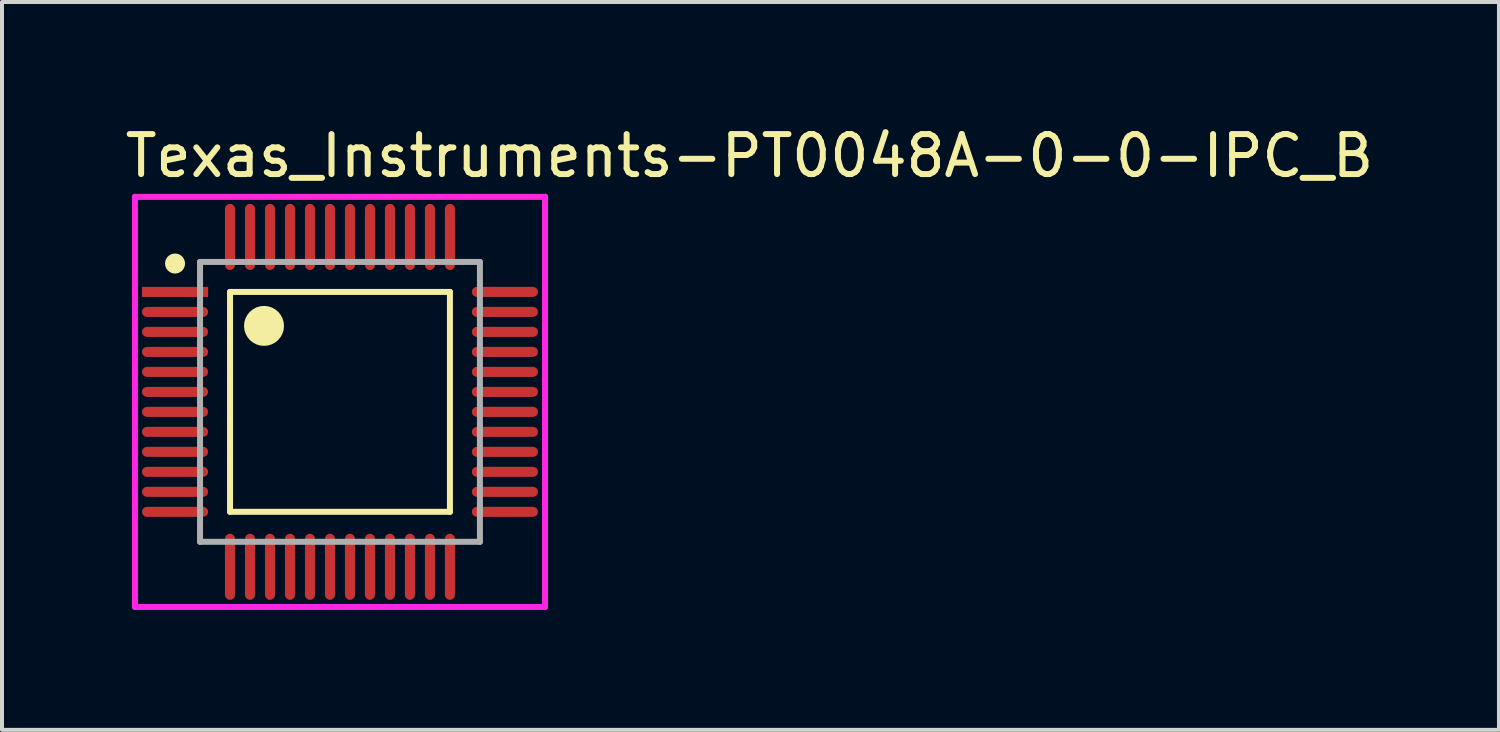
<source format=kicad_pcb>
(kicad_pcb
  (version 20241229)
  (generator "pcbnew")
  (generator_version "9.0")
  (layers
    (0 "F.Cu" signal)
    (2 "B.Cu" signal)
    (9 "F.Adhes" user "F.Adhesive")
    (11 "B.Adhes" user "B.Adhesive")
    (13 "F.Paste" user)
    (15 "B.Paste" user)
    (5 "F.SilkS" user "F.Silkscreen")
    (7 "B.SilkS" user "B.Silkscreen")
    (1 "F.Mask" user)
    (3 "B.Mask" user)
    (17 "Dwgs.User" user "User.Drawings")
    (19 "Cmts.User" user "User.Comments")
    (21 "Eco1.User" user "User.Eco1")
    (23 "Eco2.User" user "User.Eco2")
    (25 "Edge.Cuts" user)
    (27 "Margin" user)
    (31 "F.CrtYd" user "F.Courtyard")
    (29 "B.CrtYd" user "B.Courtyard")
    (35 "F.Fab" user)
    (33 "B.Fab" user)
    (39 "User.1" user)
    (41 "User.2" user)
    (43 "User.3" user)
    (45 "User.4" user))
  (footprint "Texas_Instruments-PT0048A-0-0-IPC_B"
    (layer "F.Cu")
    (at 5.453 7.001)
    (property "Reference" "Texas_Instruments-PT0048A-0-0-IPC_B" (at -5.453 -6.153 0) (layer "F.SilkS") (effects (font (size 1 1) (thickness 0.15)) (justify left)))
    (attr through_hole)
    (fp_line (start -2.75 -2.75) (end 2.75 -2.75) (stroke (width 0.15) (type solid)) (layer "F.SilkS"))
    (fp_line (start -2.75 2.75) (end -2.75 -2.75) (stroke (width 0.15) (type solid)) (layer "F.SilkS"))
    (fp_line (start 2.75 -2.75) (end 2.75 2.75) (stroke (width 0.15) (type solid)) (layer "F.SilkS"))
    (fp_line (start 2.75 2.75) (end -2.75 2.75) (stroke (width 0.15) (type solid)) (layer "F.SilkS"))
    (fp_circle (center -4.125 -3.46) (end -4 -3.46) (stroke (width 0.25) (type solid)) (fill no) (layer "F.SilkS"))
    (fp_circle (center -1.9 -1.9) (end -1.65 -1.9) (stroke (width 0.5) (type solid)) (fill no) (layer "F.SilkS"))
    (fp_line (start -5.128 -5.128) (end -5.128 5.128) (stroke (width 0.15) (type solid)) (layer "F.CrtYd"))
    (fp_line (start -5.128 5.128) (end 5.128 5.128) (stroke (width 0.15) (type solid)) (layer "F.CrtYd"))
    (fp_line (start 5.128 -5.128) (end -5.128 -5.128) (stroke (width 0.15) (type solid)) (layer "F.CrtYd"))
    (fp_line (start 5.128 -5.128) (end 5.128 -5.128) (stroke (width 0.15) (type solid)) (layer "F.CrtYd"))
    (fp_line (start 5.128 5.128) (end 5.128 -5.128) (stroke (width 0.15) (type solid)) (layer "F.CrtYd"))
    (fp_line (start -3.5 -3.5) (end 3.5 -3.5) (stroke (width 0.15) (type solid)) (layer "F.Fab"))
    (fp_line (start -3.5 3.5) (end -3.5 -3.5) (stroke (width 0.15) (type solid)) (layer "F.Fab"))
    (fp_line (start 3.5 -3.5) (end 3.5 3.5) (stroke (width 0.15) (type solid)) (layer "F.Fab"))
    (fp_line (start 3.5 3.5) (end -3.5 3.5) (stroke (width 0.15) (type solid)) (layer "F.Fab"))
    (pad "1" smd rect (at -4.125 -2.75) (size 1.655 0.252) (layers "F.Cu" "F.Mask" "F.Paste"))
    (pad "2" smd roundrect (at -4.125 -2.25) (size 1.655 0.252) (layers "F.Cu" "F.Mask" "F.Paste") (roundrect_rratio 0.5))
    (pad "3" smd roundrect (at -4.125 -1.75) (size 1.655 0.252) (layers "F.Cu" "F.Mask" "F.Paste") (roundrect_rratio 0.5))
    (pad "4" smd roundrect (at -4.125 -1.25) (size 1.655 0.252) (layers "F.Cu" "F.Mask" "F.Paste") (roundrect_rratio 0.5))
    (pad "5" smd roundrect (at -4.125 -0.75) (size 1.655 0.252) (layers "F.Cu" "F.Mask" "F.Paste") (roundrect_rratio 0.5))
    (pad "6" smd roundrect (at -4.125 -0.25) (size 1.655 0.252) (layers "F.Cu" "F.Mask" "F.Paste") (roundrect_rratio 0.5))
    (pad "7" smd roundrect (at -4.125 0.25) (size 1.655 0.252) (layers "F.Cu" "F.Mask" "F.Paste") (roundrect_rratio 0.5))
    (pad "8" smd roundrect (at -4.125 0.75) (size 1.655 0.252) (layers "F.Cu" "F.Mask" "F.Paste") (roundrect_rratio 0.5))
    (pad "9" smd roundrect (at -4.125 1.25) (size 1.655 0.252) (layers "F.Cu" "F.Mask" "F.Paste") (roundrect_rratio 0.5))
    (pad "10" smd roundrect (at -4.125 1.75) (size 1.655 0.252) (layers "F.Cu" "F.Mask" "F.Paste") (roundrect_rratio 0.5))
    (pad "11" smd roundrect (at -4.125 2.25) (size 1.655 0.252) (layers "F.Cu" "F.Mask" "F.Paste") (roundrect_rratio 0.5))
    (pad "12" smd roundrect (at -4.125 2.75) (size 1.655 0.252) (layers "F.Cu" "F.Mask" "F.Paste") (roundrect_rratio 0.5))
    (pad "13" smd roundrect (at -2.75 4.125) (size 0.252 1.655) (layers "F.Cu" "F.Mask" "F.Paste") (roundrect_rratio 0.5))
    (pad "14" smd roundrect (at -2.25 4.125) (size 0.252 1.655) (layers "F.Cu" "F.Mask" "F.Paste") (roundrect_rratio 0.5))
    (pad "15" smd roundrect (at -1.75 4.125) (size 0.252 1.655) (layers "F.Cu" "F.Mask" "F.Paste") (roundrect_rratio 0.5))
    (pad "16" smd roundrect (at -1.25 4.125) (size 0.252 1.655) (layers "F.Cu" "F.Mask" "F.Paste") (roundrect_rratio 0.5))
    (pad "17" smd roundrect (at -0.75 4.125) (size 0.252 1.655) (layers "F.Cu" "F.Mask" "F.Paste") (roundrect_rratio 0.5))
    (pad "18" smd roundrect (at -0.25 4.125) (size 0.252 1.655) (layers "F.Cu" "F.Mask" "F.Paste") (roundrect_rratio 0.5))
    (pad "19" smd roundrect (at 0.25 4.125) (size 0.252 1.655) (layers "F.Cu" "F.Mask" "F.Paste") (roundrect_rratio 0.5))
    (pad "20" smd roundrect (at 0.75 4.125) (size 0.252 1.655) (layers "F.Cu" "F.Mask" "F.Paste") (roundrect_rratio 0.5))
    (pad "21" smd roundrect (at 1.25 4.125) (size 0.252 1.655) (layers "F.Cu" "F.Mask" "F.Paste") (roundrect_rratio 0.5))
    (pad "22" smd roundrect (at 1.75 4.125) (size 0.252 1.655) (layers "F.Cu" "F.Mask" "F.Paste") (roundrect_rratio 0.5))
    (pad "23" smd roundrect (at 2.25 4.125) (size 0.252 1.655) (layers "F.Cu" "F.Mask" "F.Paste") (roundrect_rratio 0.5))
    (pad "24" smd roundrect (at 2.75 4.125) (size 0.252 1.655) (layers "F.Cu" "F.Mask" "F.Paste") (roundrect_rratio 0.5))
    (pad "25" smd roundrect (at 4.125 2.75) (size 1.655 0.252) (layers "F.Cu" "F.Mask" "F.Paste") (roundrect_rratio 0.5))
    (pad "26" smd roundrect (at 4.125 2.25) (size 1.655 0.252) (layers "F.Cu" "F.Mask" "F.Paste") (roundrect_rratio 0.5))
    (pad "27" smd roundrect (at 4.125 1.75) (size 1.655 0.252) (layers "F.Cu" "F.Mask" "F.Paste") (roundrect_rratio 0.5))
    (pad "28" smd roundrect (at 4.125 1.25) (size 1.655 0.252) (layers "F.Cu" "F.Mask" "F.Paste") (roundrect_rratio 0.5))
    (pad "29" smd roundrect (at 4.125 0.75) (size 1.655 0.252) (layers "F.Cu" "F.Mask" "F.Paste") (roundrect_rratio 0.5))
    (pad "30" smd roundrect (at 4.125 0.25) (size 1.655 0.252) (layers "F.Cu" "F.Mask" "F.Paste") (roundrect_rratio 0.5))
    (pad "31" smd roundrect (at 4.125 -0.25) (size 1.655 0.252) (layers "F.Cu" "F.Mask" "F.Paste") (roundrect_rratio 0.5))
    (pad "32" smd roundrect (at 4.125 -0.75) (size 1.655 0.252) (layers "F.Cu" "F.Mask" "F.Paste") (roundrect_rratio 0.5))
    (pad "33" smd roundrect (at 4.125 -1.25) (size 1.655 0.252) (layers "F.Cu" "F.Mask" "F.Paste") (roundrect_rratio 0.5))
    (pad "34" smd roundrect (at 4.125 -1.75) (size 1.655 0.252) (layers "F.Cu" "F.Mask" "F.Paste") (roundrect_rratio 0.5))
    (pad "35" smd roundrect (at 4.125 -2.25) (size 1.655 0.252) (layers "F.Cu" "F.Mask" "F.Paste") (roundrect_rratio 0.5))
    (pad "36" smd roundrect (at 4.125 -2.75) (size 1.655 0.252) (layers "F.Cu" "F.Mask" "F.Paste") (roundrect_rratio 0.5))
    (pad "37" smd roundrect (at 2.75 -4.125) (size 0.252 1.655) (layers "F.Cu" "F.Mask" "F.Paste") (roundrect_rratio 0.5))
    (pad "38" smd roundrect (at 2.25 -4.125) (size 0.252 1.655) (layers "F.Cu" "F.Mask" "F.Paste") (roundrect_rratio 0.5))
    (pad "39" smd roundrect (at 1.75 -4.125) (size 0.252 1.655) (layers "F.Cu" "F.Mask" "F.Paste") (roundrect_rratio 0.5))
    (pad "40" smd roundrect (at 1.25 -4.125) (size 0.252 1.655) (layers "F.Cu" "F.Mask" "F.Paste") (roundrect_rratio 0.5))
    (pad "41" smd roundrect (at 0.75 -4.125) (size 0.252 1.655) (layers "F.Cu" "F.Mask" "F.Paste") (roundrect_rratio 0.5))
    (pad "42" smd roundrect (at 0.25 -4.125) (size 0.252 1.655) (layers "F.Cu" "F.Mask" "F.Paste") (roundrect_rratio 0.5))
    (pad "43" smd roundrect (at -0.25 -4.125) (size 0.252 1.655) (layers "F.Cu" "F.Mask" "F.Paste") (roundrect_rratio 0.5))
    (pad "44" smd roundrect (at -0.75 -4.125) (size 0.252 1.655) (layers "F.Cu" "F.Mask" "F.Paste") (roundrect_rratio 0.5))
    (pad "45" smd roundrect (at -1.25 -4.125) (size 0.252 1.655) (layers "F.Cu" "F.Mask" "F.Paste") (roundrect_rratio 0.5))
    (pad "46" smd roundrect (at -1.75 -4.125) (size 0.252 1.655) (layers "F.Cu" "F.Mask" "F.Paste") (roundrect_rratio 0.5))
    (pad "47" smd roundrect (at -2.25 -4.125) (size 0.252 1.655) (layers "F.Cu" "F.Mask" "F.Paste") (roundrect_rratio 0.5))
    (pad "48" smd roundrect (at -2.75 -4.125) (size 0.252 1.655) (layers "F.Cu" "F.Mask" "F.Paste") (roundrect_rratio 0.5)))
  (gr_rect
    (start -3 -3)
    (end 34.44 15.204)
    (stroke (width 0.1) (type default))
    (fill no)
    (layer "Edge.Cuts")))
</source>
